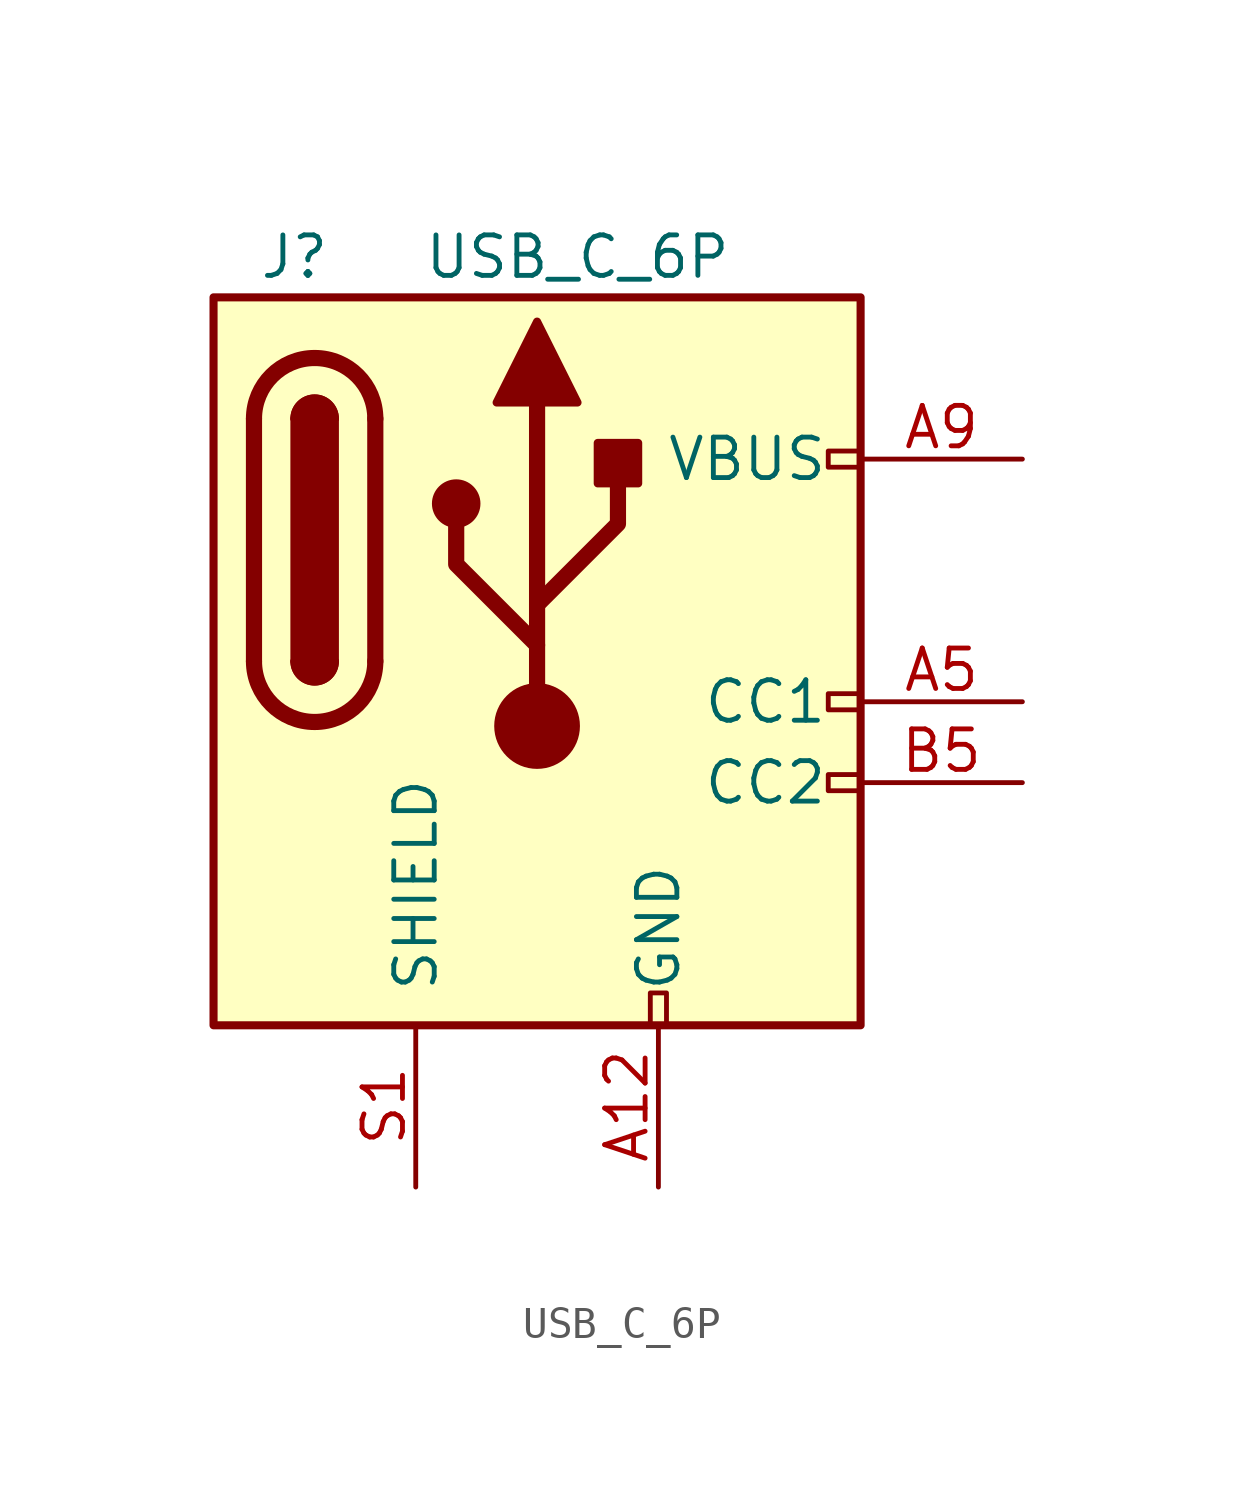
<source format=kicad_sym>
(kicad_symbol_lib
  (version 20211014)
  (generator kicad_symbol_editor)
  (symbol "USB_C_6P"
    (pin_names
      (offset 1.016))
    (property "Reference" "J"
      (at -7.62 1.27 0)
      (effects (font (size 1.27 1.27))))
    (property "Value" "USB_C_6P"
      (at 1.27 1.27 0)
      (effects (font (size 1.27 1.27))))
    (symbol "USB_C_6P_1_1"
      (rectangle (start -10.16 0) (end 10.16 -22.86) (stroke (width 0.254) (type default) (color 0 0 0 0)) (fill (type background)))
      (arc (start -8.89 -11.43) (mid -6.985 -13.335) (end -5.08 -11.43) (stroke (width 0.508) (type default) (color 0 0 0 0)) (fill (type none)))
      (arc (start -7.62 -11.43) (mid -6.985 -12.065) (end -6.35 -11.43) (stroke (width 0.254) (type default) (color 0 0 0 0)) (fill (type none)))
      (arc (start -7.62 -11.43) (mid -6.985 -12.065) (end -6.35 -11.43) (stroke (width 0.254) (type default) (color 0 0 0 0)) (fill (type outline)))
      (rectangle (start -7.62 -11.43) (end -6.35 -3.81) (stroke (width 0.254) (type default) (color 0 0 0 0)) (fill (type outline)))
      (arc (start -6.35 -3.81) (mid -6.985 -3.175) (end -7.62 -3.81) (stroke (width 0.254) (type default) (color 0 0 0 0)) (fill (type none)))
      (arc (start -6.35 -3.81) (mid -6.985 -3.175) (end -7.62 -3.81) (stroke (width 0.254) (type default) (color 0 0 0 0)) (fill (type outline)))
      (arc (start -5.08 -3.81) (mid -6.985 -1.905) (end -8.89 -3.81) (stroke (width 0.508) (type default) (color 0 0 0 0)) (fill (type none)))
      (circle (center -2.54 -6.477) (radius 0.635) (stroke (width 0.254) (type default) (color 0 0 0 0)) (fill (type outline)))
      (circle (center 0 -13.462) (radius 1.27) (stroke (width 0) (type default) (color 0 0 0 0)) (fill (type outline)))
      (polyline (pts (xy -8.89 -11.43) (xy -8.89 -3.81)) (stroke (width 0.508) (type default) (color 0 0 0 0)) (fill (type none)))
      (polyline (pts (xy -5.08 -3.81) (xy -5.08 -11.43)) (stroke (width 0.508) (type default) (color 0 0 0 0)) (fill (type none)))
      (polyline (pts (xy 0 -13.462) (xy 0 -3.302)) (stroke (width 0.508) (type default) (color 0 0 0 0)) (fill (type none)))
      (polyline (pts (xy 0 -10.922) (xy -2.54 -8.382) (xy -2.54 -7.112)) (stroke (width 0.508) (type default) (color 0 0 0 0)) (fill (type none)))
      (polyline (pts (xy 0 -9.652) (xy 2.54 -7.112) (xy 2.54 -5.842)) (stroke (width 0.508) (type default) (color 0 0 0 0)) (fill (type none)))
      (polyline (pts (xy -1.27 -3.302) (xy 0 -0.762) (xy 1.27 -3.302) (xy -1.27 -3.302)) (stroke (width 0.254) (type default) (color 0 0 0 0)) (fill (type outline)))
      (rectangle (start 1.905 -5.842) (end 3.175 -4.572) (stroke (width 0.254) (type default) (color 0 0 0 0)) (fill (type outline)))
      (rectangle (start 3.556 -22.86) (end 4.064 -21.844) (stroke (width 0) (type default) (color 0 0 0 0)) (fill (type none)))
      (rectangle (start 10.16 -14.986) (end 9.144 -15.494) (stroke (width 0) (type default) (color 0 0 0 0)) (fill (type none)))
      (rectangle (start 10.16 -12.446) (end 9.144 -12.954) (stroke (width 0) (type default) (color 0 0 0 0)) (fill (type none)))
      (rectangle (start 10.16 -4.826) (end 9.144 -5.334) (stroke (width 0) (type default) (color 0 0 0 0)) (fill (type none)))
      (pin passive line (at 3.81 -27.94 90) (length 5.08) (name "GND" (effects (font (size 1.27 1.27)))) (number "A12" (effects (font (size 1.27 1.27)))))
      (pin bidirectional line (at 15.24 -12.7 180) (length 5.08) (name "CC1" (effects (font (size 1.27 1.27)))) (number "A5" (effects (font (size 1.27 1.27)))))
      (pin power_in line (at 15.24 -5.08 180) (length 5.08) (name "VBUS" (effects (font (size 1.27 1.27)))) (number "A9" (effects (font (size 1.27 1.27)))))
      (pin passive line (at 3.81 -27.94 90) (length 5.08) hide (name "GND" (effects (font (size 1.27 1.27)))) (number "B12" (effects (font (size 1.27 1.27)))))
      (pin bidirectional line (at 15.24 -15.24 180) (length 5.08) (name "CC2" (effects (font (size 1.27 1.27)))) (number "B5" (effects (font (size 1.27 1.27)))))
      (pin power_in line (at 15.24 -5.08 180) (length 5.08) hide (name "VBUS" (effects (font (size 1.27 1.27)))) (number "B9" (effects (font (size 1.27 1.27)))))
      (pin passive line (at -3.81 -27.94 90) (length 5.08) (name "SHIELD" (effects (font (size 1.27 1.27)))) (number "S1" (effects (font (size 1.27 1.27))))))))
</source>
